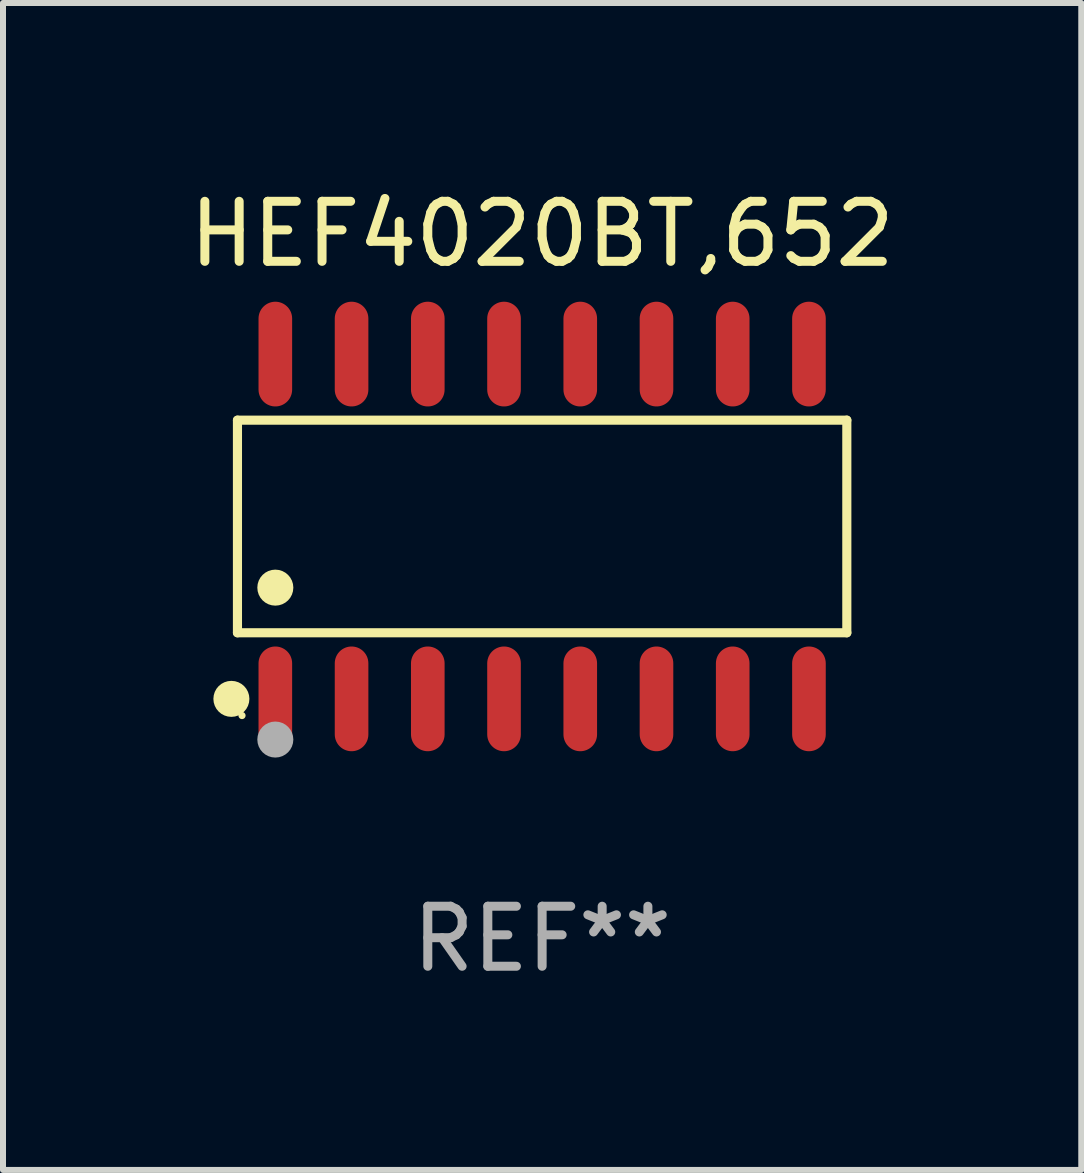
<source format=kicad_pcb>
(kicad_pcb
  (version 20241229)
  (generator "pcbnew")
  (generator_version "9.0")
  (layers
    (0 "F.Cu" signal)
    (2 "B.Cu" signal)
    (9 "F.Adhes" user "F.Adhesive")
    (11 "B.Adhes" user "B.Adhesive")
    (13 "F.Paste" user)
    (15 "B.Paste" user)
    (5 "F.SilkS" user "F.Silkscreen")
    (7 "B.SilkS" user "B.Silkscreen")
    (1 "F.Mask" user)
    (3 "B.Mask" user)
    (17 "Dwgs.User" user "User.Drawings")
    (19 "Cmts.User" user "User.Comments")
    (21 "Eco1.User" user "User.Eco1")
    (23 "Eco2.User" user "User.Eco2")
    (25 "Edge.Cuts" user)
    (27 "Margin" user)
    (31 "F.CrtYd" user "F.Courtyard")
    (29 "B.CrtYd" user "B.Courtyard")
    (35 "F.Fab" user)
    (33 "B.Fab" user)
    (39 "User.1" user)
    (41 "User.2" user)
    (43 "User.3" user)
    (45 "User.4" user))
  (footprint "HEF4020BT,652"
    (layer "F.Cu")
    (at 5.982 5.721)
    (property "Reference" "HEF4020BT,652" (at 0 -4.872 0) (layer "F.SilkS") (effects (font (size 1 1) (thickness 0.15))))
    (attr through_hole)
    (fp_line (start -5.076 -1.771) (end 5.076 -1.771) (stroke (width 0.152) (type solid)) (layer "F.SilkS"))
    (fp_line (start -5.076 1.771) (end -5.076 -1.771) (stroke (width 0.152) (type solid)) (layer "F.SilkS"))
    (fp_line (start 5.076 -1.771) (end 5.076 1.771) (stroke (width 0.152) (type solid)) (layer "F.SilkS"))
    (fp_line (start 5.076 1.771) (end -5.076 1.771) (stroke (width 0.152) (type solid)) (layer "F.SilkS"))
    (fp_circle (center -5.177 2.872) (end -5.027 2.872) (stroke (width 0.3) (type solid)) (fill no) (layer "F.SilkS"))
    (fp_circle (center -5 3.15) (end -4.97 3.15) (stroke (width 0.06) (type solid)) (fill no) (layer "F.SilkS"))
    (fp_circle (center -4.445 1.019) (end -4.295 1.019) (stroke (width 0.3) (type solid)) (fill no) (layer "F.SilkS"))
    (fp_circle (center -4.445 3.55) (end -4.295 3.55) (stroke (width 0.3) (type solid)) (fill no) (layer "F.Fab"))
    (fp_text user "REF**" (at 0 6.872 0) (layer "F.Fab") (effects (font (size 1 1) (thickness 0.15))))
    (pad "1" smd oval (at -4.445 2.872) (size 0.56 1.745) (layers "F.Cu" "F.Mask" "F.Paste"))
    (pad "2" smd oval (at -3.175 2.872) (size 0.56 1.745) (layers "F.Cu" "F.Mask" "F.Paste"))
    (pad "3" smd oval (at -1.905 2.872) (size 0.56 1.745) (layers "F.Cu" "F.Mask" "F.Paste"))
    (pad "4" smd oval (at -0.635 2.872) (size 0.56 1.745) (layers "F.Cu" "F.Mask" "F.Paste"))
    (pad "5" smd oval (at 0.635 2.872) (size 0.56 1.745) (layers "F.Cu" "F.Mask" "F.Paste"))
    (pad "6" smd oval (at 1.905 2.872) (size 0.56 1.745) (layers "F.Cu" "F.Mask" "F.Paste"))
    (pad "7" smd oval (at 3.175 2.872) (size 0.56 1.745) (layers "F.Cu" "F.Mask" "F.Paste"))
    (pad "8" smd oval (at 4.445 2.872) (size 0.56 1.745) (layers "F.Cu" "F.Mask" "F.Paste"))
    (pad "9" smd oval (at 4.445 -2.872) (size 0.56 1.745) (layers "F.Cu" "F.Mask" "F.Paste"))
    (pad "10" smd oval (at 3.175 -2.872) (size 0.56 1.745) (layers "F.Cu" "F.Mask" "F.Paste"))
    (pad "11" smd oval (at 1.905 -2.872) (size 0.56 1.745) (layers "F.Cu" "F.Mask" "F.Paste"))
    (pad "12" smd oval (at 0.635 -2.872) (size 0.56 1.745) (layers "F.Cu" "F.Mask" "F.Paste"))
    (pad "13" smd oval (at -0.635 -2.872) (size 0.56 1.745) (layers "F.Cu" "F.Mask" "F.Paste"))
    (pad "14" smd oval (at -1.905 -2.872) (size 0.56 1.745) (layers "F.Cu" "F.Mask" "F.Paste"))
    (pad "15" smd oval (at -3.175 -2.872) (size 0.56 1.745) (layers "F.Cu" "F.Mask" "F.Paste"))
    (pad "16" smd oval (at -4.445 -2.872) (size 0.56 1.745) (layers "F.Cu" "F.Mask" "F.Paste")))
  (gr_rect
    (start -3 -3)
    (end 14.964 16.441)
    (stroke (width 0.1) (type default))
    (fill no)
    (layer "Edge.Cuts")))
</source>
